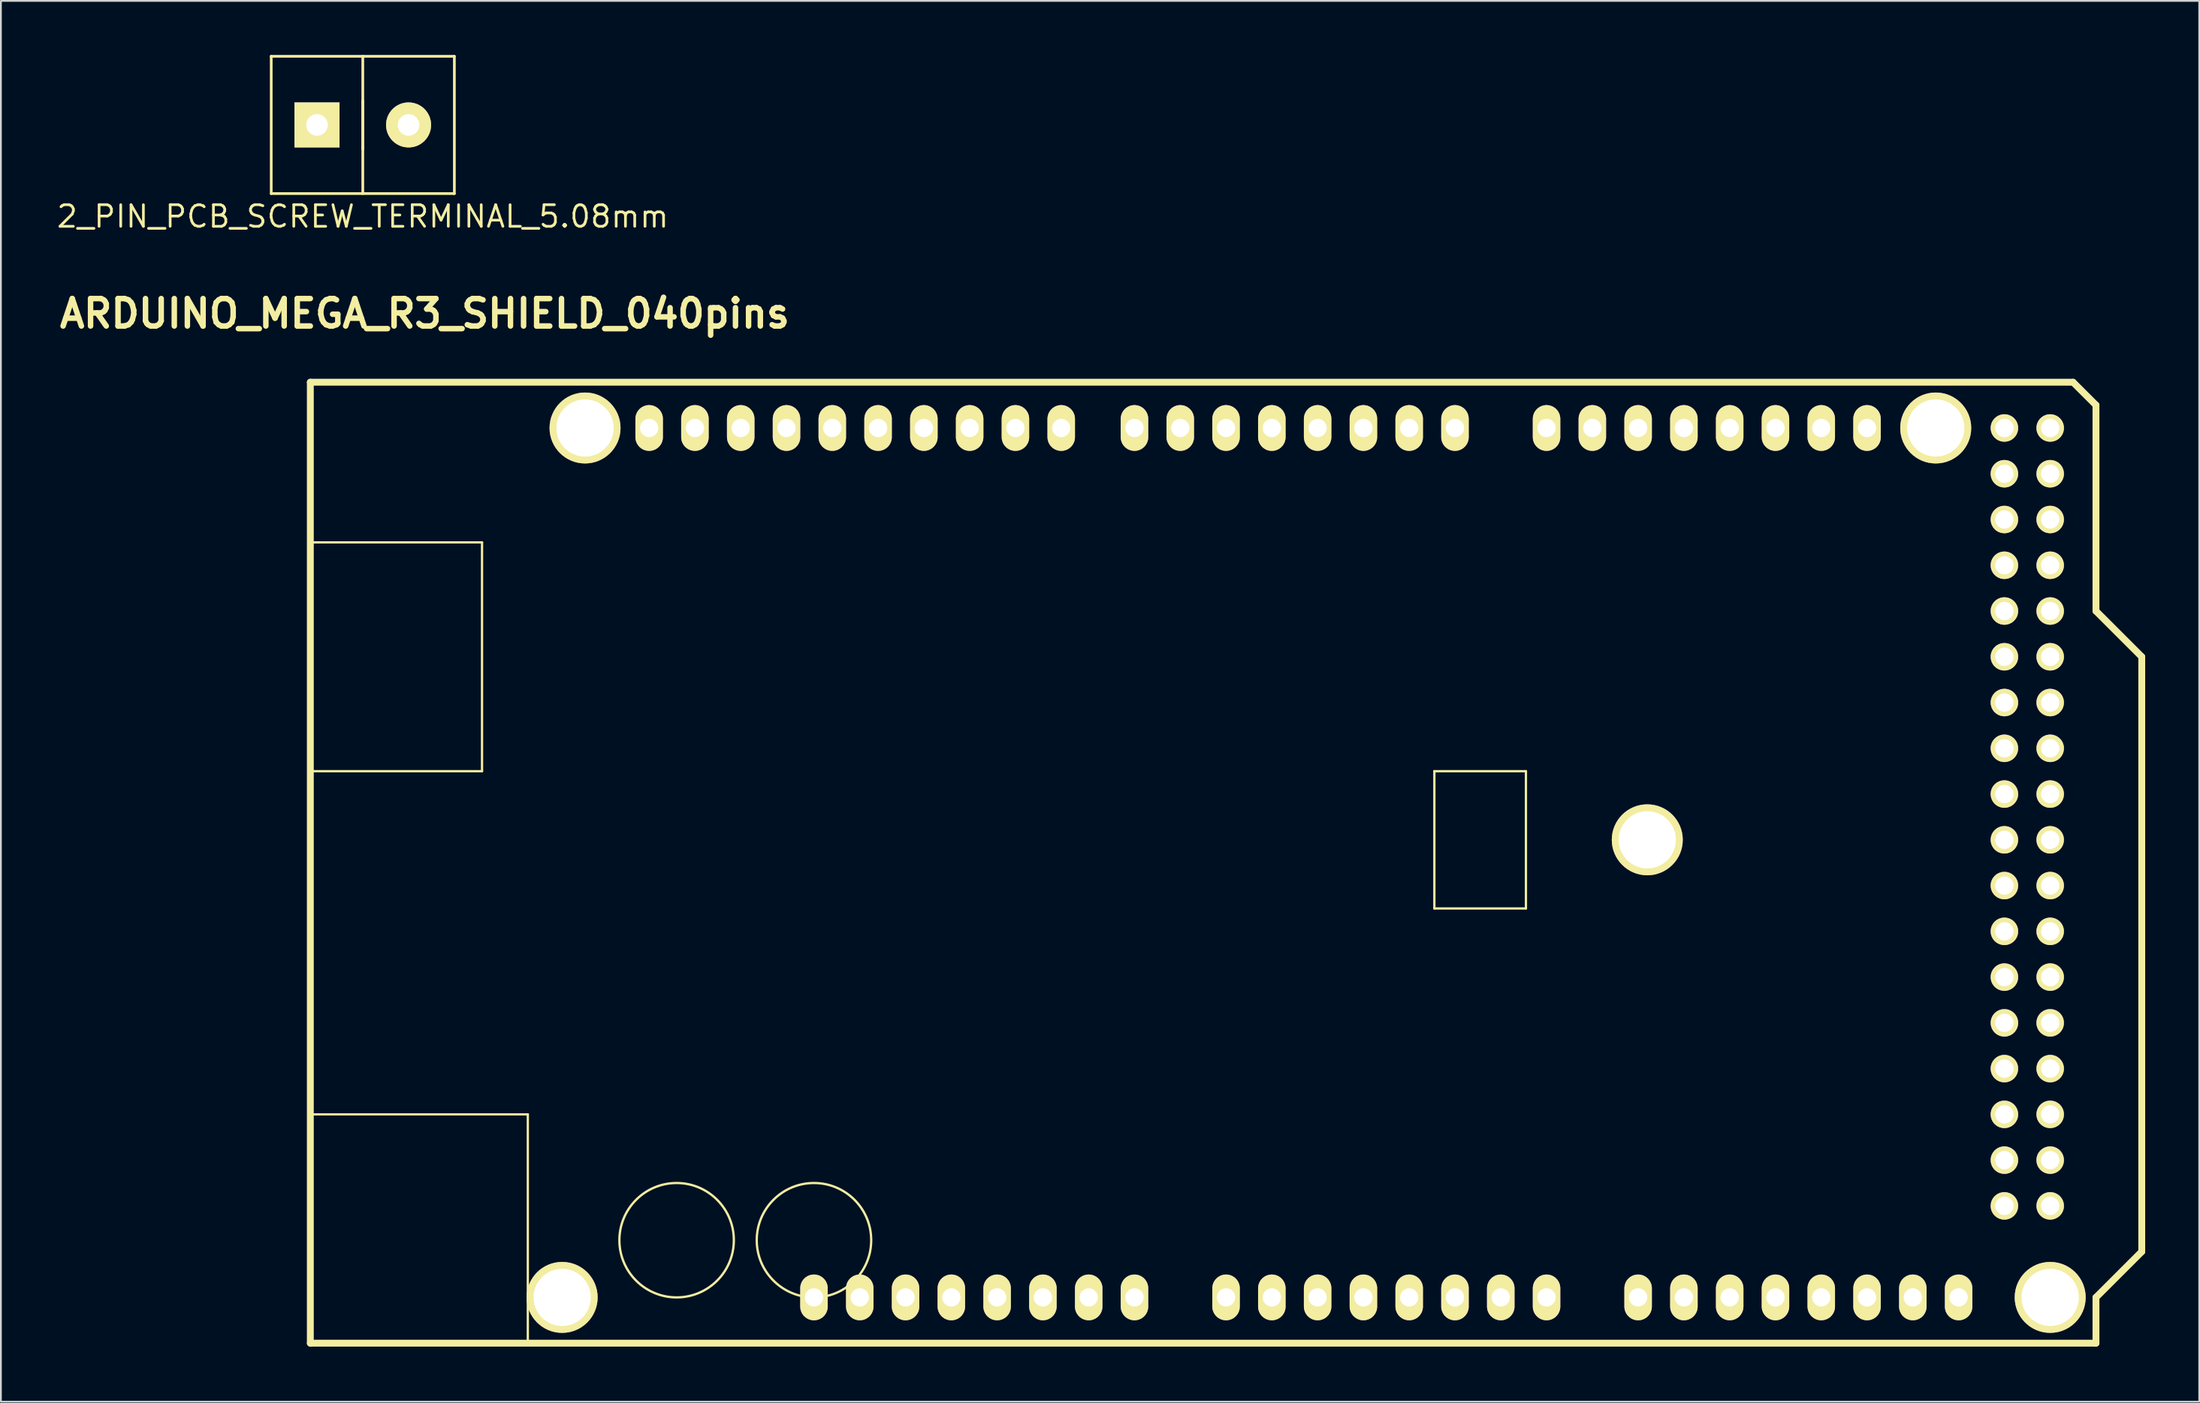
<source format=kicad_pcb>
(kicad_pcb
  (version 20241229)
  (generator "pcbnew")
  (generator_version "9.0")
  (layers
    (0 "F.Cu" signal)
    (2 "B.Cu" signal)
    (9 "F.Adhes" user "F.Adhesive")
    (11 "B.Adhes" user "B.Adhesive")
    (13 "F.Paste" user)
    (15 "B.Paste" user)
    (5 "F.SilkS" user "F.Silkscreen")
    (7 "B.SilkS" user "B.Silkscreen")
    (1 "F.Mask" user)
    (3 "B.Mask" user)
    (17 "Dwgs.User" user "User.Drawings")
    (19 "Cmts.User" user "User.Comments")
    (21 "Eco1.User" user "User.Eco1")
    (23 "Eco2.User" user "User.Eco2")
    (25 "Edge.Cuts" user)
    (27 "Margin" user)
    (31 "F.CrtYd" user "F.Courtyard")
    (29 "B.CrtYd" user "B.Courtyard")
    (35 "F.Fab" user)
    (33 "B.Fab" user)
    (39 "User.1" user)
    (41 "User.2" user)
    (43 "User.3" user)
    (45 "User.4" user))
  (footprint "2_PIN_PCB_SCREW_TERMINAL_5.08mm"
    (layer "F.Cu")
    (at 17.076 3.885)
    (property "Reference" "2_PIN_PCB_SCREW_TERMINAL_5.08mm" (at 0 5.08 0) (layer "F.SilkS") (effects (font (size 1.2 1.2) (thickness 0.15))))
    (attr through_hole)
    (fp_line (start -5.08 -3.81) (end -5.08 3.81) (stroke (width 0.15) (type solid)) (layer "F.SilkS"))
    (fp_line (start -5.08 3.81) (end 5.08 3.81) (stroke (width 0.15) (type solid)) (layer "F.SilkS"))
    (fp_line (start 0 -3.81) (end 0 -1.27) (stroke (width 0.15) (type solid)) (layer "F.SilkS"))
    (fp_line (start 0 -1.35) (end 0 1.35) (stroke (width 0.15) (type solid)) (layer "F.SilkS"))
    (fp_line (start 0 -1.27) (end 0 1.27) (stroke (width 0.15) (type solid)) (layer "F.SilkS"))
    (fp_line (start 0 1.27) (end 0 3.81) (stroke (width 0.15) (type solid)) (layer "F.SilkS"))
    (fp_line (start 5.08 -3.81) (end -5.08 -3.81) (stroke (width 0.15) (type solid)) (layer "F.SilkS"))
    (fp_line (start 5.08 -3.81) (end 5.08 3.81) (stroke (width 0.15) (type solid)) (layer "F.SilkS"))
    (pad "1" thru_hole rect (at -2.54 0) (size 2.5 2.5) (drill 1.2) (layers "*.Cu" "*.Mask" "F.SilkS"))
    (pad "2" thru_hole circle (at 2.54 0) (size 2.5 2.5) (drill 1.2) (layers "*.Cu" "*.Mask" "F.SilkS")))
  (footprint "ARDUINO_MEGA_R3_SHIELD_040pins"
    (layer "F.Cu")
    (at 14.166 71.507)
    (property "Reference" "ARDUINO_MEGA_R3_SHIELD_040pins" (at 6.35 -57.15 0) (layer "F.SilkS") (effects (font (size 1.524 1.524) (thickness 0.305))))
    (attr through_hole)
    (fp_line (start 0 -44.45) (end 9.525 -44.45) (stroke (width 0.127) (type solid)) (layer "F.SilkS"))
    (fp_line (start 0 -12.7) (end 12.065 -12.7) (stroke (width 0.127) (type solid)) (layer "F.SilkS"))
    (fp_line (start 0 0) (end 0 -53.34) (stroke (width 0.381) (type solid)) (layer "F.SilkS"))
    (fp_line (start 9.525 -44.45) (end 9.525 -31.75) (stroke (width 0.127) (type solid)) (layer "F.SilkS"))
    (fp_line (start 9.525 -31.75) (end 0 -31.75) (stroke (width 0.127) (type solid)) (layer "F.SilkS"))
    (fp_line (start 12.065 -12.7) (end 12.065 0) (stroke (width 0.127) (type solid)) (layer "F.SilkS"))
    (fp_line (start 62.357 -31.75) (end 62.357 -24.13) (stroke (width 0.127) (type solid)) (layer "F.SilkS"))
    (fp_line (start 62.357 -24.13) (end 67.437 -24.13) (stroke (width 0.127) (type solid)) (layer "F.SilkS"))
    (fp_line (start 67.437 -31.75) (end 62.357 -31.75) (stroke (width 0.127) (type solid)) (layer "F.SilkS"))
    (fp_line (start 67.437 -24.13) (end 67.437 -31.75) (stroke (width 0.127) (type solid)) (layer "F.SilkS"))
    (fp_line (start 97.79 -53.34) (end 0 -53.34) (stroke (width 0.381) (type solid)) (layer "F.SilkS"))
    (fp_line (start 99.06 -52.07) (end 97.79 -53.34) (stroke (width 0.381) (type solid)) (layer "F.SilkS"))
    (fp_line (start 99.06 -40.64) (end 99.06 -52.07) (stroke (width 0.381) (type solid)) (layer "F.SilkS"))
    (fp_line (start 99.06 -40.64) (end 101.6 -38.1) (stroke (width 0.381) (type solid)) (layer "F.SilkS"))
    (fp_line (start 99.06 -2.54) (end 99.06 0) (stroke (width 0.381) (type solid)) (layer "F.SilkS"))
    (fp_line (start 99.06 0) (end 0 0) (stroke (width 0.381) (type solid)) (layer "F.SilkS"))
    (fp_line (start 101.6 -38.1) (end 101.6 -5.08) (stroke (width 0.381) (type solid)) (layer "F.SilkS"))
    (fp_line (start 101.6 -5.08) (end 99.06 -2.54) (stroke (width 0.381) (type solid)) (layer "F.SilkS"))
    (fp_circle (center 20.32 -5.715) (end 23.495 -5.715) (stroke (width 0.127) (type solid)) (fill no) (layer "F.SilkS"))
    (fp_circle (center 27.94 -5.715) (end 31.115 -5.715) (stroke (width 0.127) (type solid)) (fill no) (layer "F.SilkS"))
    (pad "" thru_hole circle (at 13.97 -2.54 90) (size 3.937 3.937) (drill 3.175) (layers "*.Cu" "*.Mask" "F.SilkS"))
    (pad "" thru_hole circle (at 15.24 -50.8 90) (size 3.937 3.937) (drill 3.175) (layers "*.Cu" "*.Mask" "F.SilkS"))
    (pad "" thru_hole circle (at 74.168 -27.94 90) (size 3.937 3.937) (drill 3.175) (layers "*.Cu" "*.Mask" "F.SilkS"))
    (pad "" thru_hole circle (at 90.17 -50.8 90) (size 3.937 3.937) (drill 3.175) (layers "*.Cu" "*.Mask" "F.SilkS"))
    (pad "" thru_hole circle (at 96.52 -2.54 90) (size 3.937 3.937) (drill 3.175) (layers "*.Cu" "*.Mask" "F.SilkS"))
    (pad "0" thru_hole oval (at 63.5 -50.8 90) (size 2.54 1.524) (drill 1.016) (layers "*.Cu" "*.Mask" "F.SilkS"))
    (pad "1" thru_hole oval (at 60.96 -50.8 90) (size 2.54 1.524) (drill 1.016) (layers "*.Cu" "*.Mask" "F.SilkS"))
    (pad "2" thru_hole oval (at 58.42 -50.8 90) (size 2.54 1.524) (drill 1.016) (layers "*.Cu" "*.Mask" "F.SilkS"))
    (pad "3" thru_hole oval (at 55.88 -50.8 90) (size 2.54 1.524) (drill 1.016) (layers "*.Cu" "*.Mask" "F.SilkS"))
    (pad "3V3" thru_hole oval (at 35.56 -2.54 90) (size 2.54 1.524) (drill 1.016) (layers "*.Cu" "*.Mask" "F.SilkS"))
    (pad "4" thru_hole oval (at 53.34 -50.8 90) (size 2.54 1.524) (drill 1.016) (layers "*.Cu" "*.Mask" "F.SilkS"))
    (pad "5" thru_hole oval (at 50.8 -50.8 90) (size 2.54 1.524) (drill 1.016) (layers "*.Cu" "*.Mask" "F.SilkS"))
    (pad "5V_1" thru_hole circle (at 93.98 -50.8) (size 1.524 1.524) (drill 1.016) (layers "*.Cu" "*.Mask" "F.SilkS"))
    (pad "5V_2" thru_hole circle (at 96.52 -50.8) (size 1.524 1.524) (drill 1.016) (layers "*.Cu" "*.Mask" "F.SilkS"))
    (pad "5V_3" thru_hole oval (at 38.1 -2.54 90) (size 2.54 1.524) (drill 1.016) (layers "*.Cu" "*.Mask" "F.SilkS"))
    (pad "6" thru_hole oval (at 48.26 -50.8 90) (size 2.54 1.524) (drill 1.016) (layers "*.Cu" "*.Mask" "F.SilkS"))
    (pad "7" thru_hole oval (at 45.72 -50.8 90) (size 2.54 1.524) (drill 1.016) (layers "*.Cu" "*.Mask" "F.SilkS"))
    (pad "8" thru_hole oval (at 41.656 -50.8 90) (size 2.54 1.524) (drill 1.016) (layers "*.Cu" "*.Mask" "F.SilkS"))
    (pad "9" thru_hole oval (at 39.116 -50.8 90) (size 2.54 1.524) (drill 1.016) (layers "*.Cu" "*.Mask" "F.SilkS"))
    (pad "10" thru_hole oval (at 36.576 -50.8 90) (size 2.54 1.524) (drill 1.016) (layers "*.Cu" "*.Mask" "F.SilkS"))
    (pad "11" thru_hole oval (at 34.036 -50.8 90) (size 2.54 1.524) (drill 1.016) (layers "*.Cu" "*.Mask" "F.SilkS"))
    (pad "12" thru_hole oval (at 31.496 -50.8 90) (size 2.54 1.524) (drill 1.016) (layers "*.Cu" "*.Mask" "F.SilkS"))
    (pad "13" thru_hole oval (at 28.956 -50.8 90) (size 2.54 1.524) (drill 1.016) (layers "*.Cu" "*.Mask" "F.SilkS"))
    (pad "14" thru_hole oval (at 68.58 -50.8 90) (size 2.54 1.524) (drill 1.016) (layers "*.Cu" "*.Mask" "F.SilkS"))
    (pad "15" thru_hole oval (at 71.12 -50.8 90) (size 2.54 1.524) (drill 1.016) (layers "*.Cu" "*.Mask" "F.SilkS"))
    (pad "16" thru_hole oval (at 73.66 -50.8 90) (size 2.54 1.524) (drill 1.016) (layers "*.Cu" "*.Mask" "F.SilkS"))
    (pad "17" thru_hole oval (at 76.2 -50.8 90) (size 2.54 1.524) (drill 1.016) (layers "*.Cu" "*.Mask" "F.SilkS"))
    (pad "18" thru_hole oval (at 78.74 -50.8 90) (size 2.54 1.524) (drill 1.016) (layers "*.Cu" "*.Mask" "F.SilkS"))
    (pad "19" thru_hole oval (at 81.28 -50.8 90) (size 2.54 1.524) (drill 1.016) (layers "*.Cu" "*.Mask" "F.SilkS"))
    (pad "20" thru_hole oval (at 83.82 -50.8 90) (size 2.54 1.524) (drill 1.016) (layers "*.Cu" "*.Mask" "F.SilkS"))
    (pad "21" thru_hole oval (at 86.36 -50.8 90) (size 2.54 1.524) (drill 1.016) (layers "*.Cu" "*.Mask" "F.SilkS"))
    (pad "22" thru_hole circle (at 93.98 -48.26) (size 1.524 1.524) (drill 1.016) (layers "*.Cu" "*.Mask" "F.SilkS"))
    (pad "23" thru_hole circle (at 96.52 -48.26) (size 1.524 1.524) (drill 1.016) (layers "*.Cu" "*.Mask" "F.SilkS"))
    (pad "24" thru_hole circle (at 93.98 -45.72) (size 1.524 1.524) (drill 1.016) (layers "*.Cu" "*.Mask" "F.SilkS"))
    (pad "25" thru_hole circle (at 96.52 -45.72) (size 1.524 1.524) (drill 1.016) (layers "*.Cu" "*.Mask" "F.SilkS"))
    (pad "26" thru_hole circle (at 93.98 -43.18) (size 1.524 1.524) (drill 1.016) (layers "*.Cu" "*.Mask" "F.SilkS"))
    (pad "27" thru_hole circle (at 96.52 -43.18) (size 1.524 1.524) (drill 1.016) (layers "*.Cu" "*.Mask" "F.SilkS"))
    (pad "28" thru_hole circle (at 93.98 -40.64) (size 1.524 1.524) (drill 1.016) (layers "*.Cu" "*.Mask" "F.SilkS"))
    (pad "29" thru_hole circle (at 96.52 -40.64) (size 1.524 1.524) (drill 1.016) (layers "*.Cu" "*.Mask" "F.SilkS"))
    (pad "30" thru_hole circle (at 93.98 -38.1) (size 1.524 1.524) (drill 1.016) (layers "*.Cu" "*.Mask" "F.SilkS"))
    (pad "31" thru_hole circle (at 96.52 -38.1) (size 1.524 1.524) (drill 1.016) (layers "*.Cu" "*.Mask" "F.SilkS"))
    (pad "32" thru_hole circle (at 93.98 -35.56) (size 1.524 1.524) (drill 1.016) (layers "*.Cu" "*.Mask" "F.SilkS"))
    (pad "33" thru_hole circle (at 96.52 -35.56) (size 1.524 1.524) (drill 1.016) (layers "*.Cu" "*.Mask" "F.SilkS"))
    (pad "34" thru_hole circle (at 93.98 -33.02) (size 1.524 1.524) (drill 1.016) (layers "*.Cu" "*.Mask" "F.SilkS"))
    (pad "35" thru_hole circle (at 96.52 -33.02) (size 1.524 1.524) (drill 1.016) (layers "*.Cu" "*.Mask" "F.SilkS"))
    (pad "36" thru_hole circle (at 93.98 -30.48) (size 1.524 1.524) (drill 1.016) (layers "*.Cu" "*.Mask" "F.SilkS"))
    (pad "37" thru_hole circle (at 96.52 -30.48) (size 1.524 1.524) (drill 1.016) (layers "*.Cu" "*.Mask" "F.SilkS"))
    (pad "38" thru_hole circle (at 93.98 -27.94) (size 1.524 1.524) (drill 1.016) (layers "*.Cu" "*.Mask" "F.SilkS"))
    (pad "39" thru_hole circle (at 96.52 -27.94) (size 1.524 1.524) (drill 1.016) (layers "*.Cu" "*.Mask" "F.SilkS"))
    (pad "40" thru_hole circle (at 93.98 -25.4) (size 1.524 1.524) (drill 1.016) (layers "*.Cu" "*.Mask" "F.SilkS"))
    (pad "41" thru_hole circle (at 96.52 -25.4) (size 1.524 1.524) (drill 1.016) (layers "*.Cu" "*.Mask" "F.SilkS"))
    (pad "42" thru_hole circle (at 93.98 -22.86) (size 1.524 1.524) (drill 1.016) (layers "*.Cu" "*.Mask" "F.SilkS"))
    (pad "43" thru_hole circle (at 96.52 -22.86) (size 1.524 1.524) (drill 1.016) (layers "*.Cu" "*.Mask" "F.SilkS"))
    (pad "44" thru_hole circle (at 93.98 -20.32) (size 1.524 1.524) (drill 1.016) (layers "*.Cu" "*.Mask" "F.SilkS"))
    (pad "45" thru_hole circle (at 96.52 -20.32) (size 1.524 1.524) (drill 1.016) (layers "*.Cu" "*.Mask" "F.SilkS"))
    (pad "46" thru_hole circle (at 93.98 -17.78) (size 1.524 1.524) (drill 1.016) (layers "*.Cu" "*.Mask" "F.SilkS"))
    (pad "47" thru_hole circle (at 96.52 -17.78) (size 1.524 1.524) (drill 1.016) (layers "*.Cu" "*.Mask" "F.SilkS"))
    (pad "48" thru_hole circle (at 93.98 -15.24) (size 1.524 1.524) (drill 1.016) (layers "*.Cu" "*.Mask" "F.SilkS"))
    (pad "49" thru_hole circle (at 96.52 -15.24) (size 1.524 1.524) (drill 1.016) (layers "*.Cu" "*.Mask" "F.SilkS"))
    (pad "50" thru_hole circle (at 93.98 -12.7) (size 1.524 1.524) (drill 1.016) (layers "*.Cu" "*.Mask" "F.SilkS"))
    (pad "51" thru_hole circle (at 96.52 -12.7) (size 1.524 1.524) (drill 1.016) (layers "*.Cu" "*.Mask" "F.SilkS"))
    (pad "52" thru_hole circle (at 93.98 -10.16) (size 1.524 1.524) (drill 1.016) (layers "*.Cu" "*.Mask" "F.SilkS"))
    (pad "53" thru_hole circle (at 96.52 -10.16) (size 1.524 1.524) (drill 1.016) (layers "*.Cu" "*.Mask" "F.SilkS"))
    (pad "A0" thru_hole oval (at 50.8 -2.54 90) (size 2.54 1.524) (drill 1.016) (layers "*.Cu" "*.Mask" "F.SilkS"))
    (pad "A1" thru_hole oval (at 53.34 -2.54 90) (size 2.54 1.524) (drill 1.016) (layers "*.Cu" "*.Mask" "F.SilkS"))
    (pad "A2" thru_hole oval (at 55.88 -2.54 90) (size 2.54 1.524) (drill 1.016) (layers "*.Cu" "*.Mask" "F.SilkS"))
    (pad "A3" thru_hole oval (at 58.42 -2.54 90) (size 2.54 1.524) (drill 1.016) (layers "*.Cu" "*.Mask" "F.SilkS"))
    (pad "A4" thru_hole oval (at 60.96 -2.54 90) (size 2.54 1.524) (drill 1.016) (layers "*.Cu" "*.Mask" "F.SilkS"))
    (pad "A5" thru_hole oval (at 63.5 -2.54 90) (size 2.54 1.524) (drill 1.016) (layers "*.Cu" "*.Mask" "F.SilkS"))
    (pad "A6" thru_hole oval (at 66.04 -2.54 90) (size 2.54 1.524) (drill 1.016) (layers "*.Cu" "*.Mask" "F.SilkS"))
    (pad "A7" thru_hole oval (at 68.58 -2.54 90) (size 2.54 1.524) (drill 1.016) (layers "*.Cu" "*.Mask" "F.SilkS"))
    (pad "A8" thru_hole oval (at 73.66 -2.54 90) (size 2.54 1.524) (drill 1.016) (layers "*.Cu" "*.Mask" "F.SilkS"))
    (pad "A9" thru_hole oval (at 76.2 -2.54 90) (size 2.54 1.524) (drill 1.016) (layers "*.Cu" "*.Mask" "F.SilkS"))
    (pad "A10" thru_hole oval (at 78.74 -2.54 90) (size 2.54 1.524) (drill 1.016) (layers "*.Cu" "*.Mask" "F.SilkS"))
    (pad "A11" thru_hole oval (at 81.28 -2.54 90) (size 2.54 1.524) (drill 1.016) (layers "*.Cu" "*.Mask" "F.SilkS"))
    (pad "A12" thru_hole oval (at 83.82 -2.54 90) (size 2.54 1.524) (drill 1.016) (layers "*.Cu" "*.Mask" "F.SilkS"))
    (pad "A13" thru_hole oval (at 86.36 -2.54 90) (size 2.54 1.524) (drill 1.016) (layers "*.Cu" "*.Mask" "F.SilkS"))
    (pad "A14" thru_hole oval (at 88.9 -2.54 90) (size 2.54 1.524) (drill 1.016) (layers "*.Cu" "*.Mask" "F.SilkS"))
    (pad "A15" thru_hole oval (at 91.44 -2.54 90) (size 2.54 1.524) (drill 1.016) (layers "*.Cu" "*.Mask" "F.SilkS"))
    (pad "AREF" thru_hole oval (at 23.876 -50.8 90) (size 2.54 1.524) (drill 1.016) (layers "*.Cu" "*.Mask" "F.SilkS"))
    (pad "DGND" thru_hole circle (at 93.98 -7.62) (size 1.524 1.524) (drill 1.016) (layers "*.Cu" "*.Mask" "F.SilkS"))
    (pad "DGND" thru_hole circle (at 96.52 -7.62) (size 1.524 1.524) (drill 1.016) (layers "*.Cu" "*.Mask" "F.SilkS"))
    (pad "GND1" thru_hole oval (at 26.416 -50.8 90) (size 2.54 1.524) (drill 1.016) (layers "*.Cu" "*.Mask" "F.SilkS"))
    (pad "GND4" thru_hole oval (at 43.18 -2.54 90) (size 2.54 1.524) (drill 1.016) (layers "*.Cu" "*.Mask" "F.SilkS"))
    (pad "GND5" thru_hole oval (at 40.64 -2.54 90) (size 2.54 1.524) (drill 1.016) (layers "*.Cu" "*.Mask" "F.SilkS"))
    (pad "IORF" thru_hole oval (at 30.48 -2.54 90) (size 2.54 1.524) (drill 1.016) (layers "*.Cu" "*.Mask" "F.SilkS"))
    (pad "NC" thru_hole oval (at 27.94 -2.54 90) (size 2.54 1.524) (drill 1.016) (layers "*.Cu" "*.Mask" "F.SilkS"))
    (pad "RST" thru_hole oval (at 33.02 -2.54 90) (size 2.54 1.524) (drill 1.016) (layers "*.Cu" "*.Mask" "F.SilkS"))
    (pad "SCL" thru_hole oval (at 18.796 -50.8 90) (size 2.54 1.524) (drill 1.016) (layers "*.Cu" "*.Mask" "F.SilkS"))
    (pad "SDA" thru_hole oval (at 21.336 -50.8 90) (size 2.54 1.524) (drill 1.016) (layers "*.Cu" "*.Mask" "F.SilkS"))
    (pad "VIN" thru_hole oval (at 45.72 -2.54 90) (size 2.54 1.524) (drill 1.016) (layers "*.Cu" "*.Mask" "F.SilkS")))
  (gr_rect
    (start -3 -3)
    (end 118.956 74.757)
    (stroke (width 0.1) (type default))
    (fill no)
    (layer "Edge.Cuts")))
</source>
